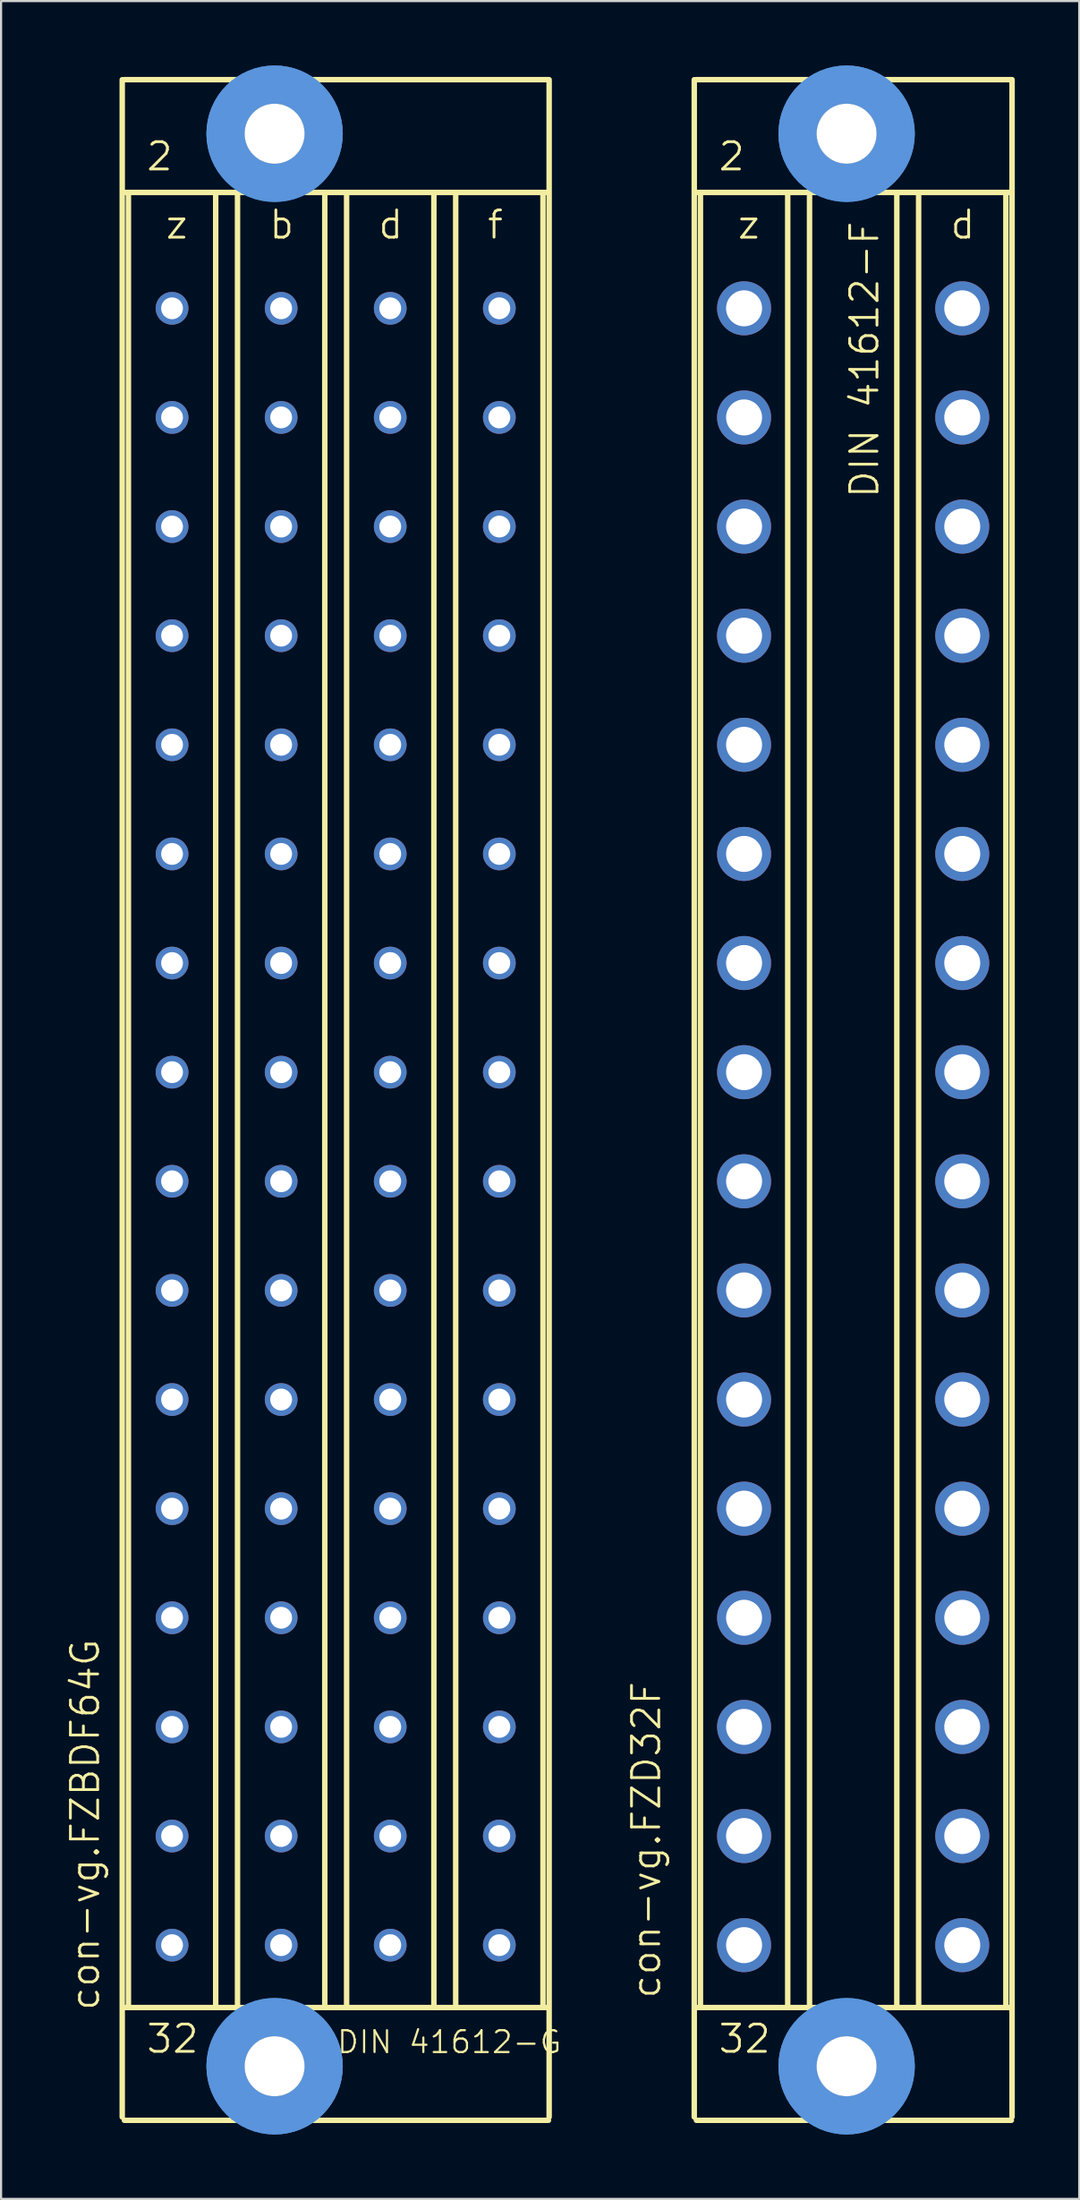
<source format=kicad_pcb>
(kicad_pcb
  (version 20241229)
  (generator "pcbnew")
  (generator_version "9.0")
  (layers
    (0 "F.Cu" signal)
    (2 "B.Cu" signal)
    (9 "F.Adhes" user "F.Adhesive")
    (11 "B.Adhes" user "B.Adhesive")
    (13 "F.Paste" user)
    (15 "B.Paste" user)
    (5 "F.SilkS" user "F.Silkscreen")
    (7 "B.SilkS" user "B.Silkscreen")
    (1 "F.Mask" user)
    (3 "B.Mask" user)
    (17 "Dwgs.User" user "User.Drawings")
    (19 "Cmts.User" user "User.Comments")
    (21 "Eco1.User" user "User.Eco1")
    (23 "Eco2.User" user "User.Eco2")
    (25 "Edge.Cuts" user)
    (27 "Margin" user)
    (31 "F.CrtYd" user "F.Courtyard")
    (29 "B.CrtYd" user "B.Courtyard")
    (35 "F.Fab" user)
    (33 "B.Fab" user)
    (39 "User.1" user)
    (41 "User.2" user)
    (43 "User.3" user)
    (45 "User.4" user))
  (footprint "con-vg.FZD32F"
    (layer "F.Cu")
    (at 36.679 48.158)
    (property "Reference" "con-vg.FZD32F" (at -8.89 41.91 90) (layer "F.SilkS") (effects (font (size 1.27 1.27) (thickness 0.13)) (justify left bottom)))
    (attr through_hole)
    (fp_line (start -7.4 47.346) (end -7.4 -47.498) (stroke (width 0.254) (type default)) (layer "F.SilkS"))
    (fp_line (start -7.3 -47.5) (end 7.366 -47.5) (stroke (width 0.254) (type default)) (layer "F.SilkS"))
    (fp_line (start -7.3 -42.25) (end 7.366 -42.25) (stroke (width 0.254) (type default)) (layer "F.SilkS"))
    (fp_line (start -7.3 42.25) (end 7.366 42.25) (stroke (width 0.254) (type default)) (layer "F.SilkS"))
    (fp_line (start -7.3 47.5) (end 7.366 47.5) (stroke (width 0.254) (type default)) (layer "F.SilkS"))
    (fp_line (start -7.112 -42.164) (end -7.112 42.164) (stroke (width 0.254) (type default)) (layer "F.SilkS"))
    (fp_line (start -3.048 -42.164) (end -3.048 42.164) (stroke (width 0.254) (type default)) (layer "F.SilkS"))
    (fp_line (start -2.032 -42.164) (end -2.032 42.164) (stroke (width 0.254) (type default)) (layer "F.SilkS"))
    (fp_line (start 2.032 -42.164) (end 2.032 42.164) (stroke (width 0.254) (type default)) (layer "F.SilkS"))
    (fp_line (start 3.048 -42.164) (end 3.048 42.164) (stroke (width 0.254) (type default)) (layer "F.SilkS"))
    (fp_line (start 7.112 -42.164) (end 7.112 42.164) (stroke (width 0.254) (type default)) (layer "F.SilkS"))
    (fp_line (start 7.4 47.346) (end 7.4 -47.498) (stroke (width 0.254) (type default)) (layer "F.SilkS"))
    (fp_circle (center -0.305 -44.983) (end 1.981 -44.983) (stroke (width 1.778) (type default)) (fill no) (layer "Cmts.User"))
    (fp_circle (center -0.305 -44.983) (end 1.981 -44.983) (stroke (width 1.778) (type default)) (fill no) (layer "Cmts.User"))
    (fp_circle (center -0.305 44.983) (end 1.981 44.983) (stroke (width 1.778) (type default)) (fill no) (layer "Cmts.User"))
    (fp_circle (center -0.305 44.983) (end 1.981 44.983) (stroke (width 1.778) (type default)) (fill no) (layer "Cmts.User"))
    (fp_text user "d" (at 4.445 -40.005 0) (layer "F.SilkS") (effects (font (size 1.27 1.27) (thickness 0.13)) (justify left bottom)))
    (fp_text user "32" (at -6.35 44.45 0) (layer "F.SilkS") (effects (font (size 1.27 1.27) (thickness 0.13)) (justify left bottom)))
    (fp_text user "DIN 41612-F" (at 1.27 -27.94 90) (layer "F.SilkS") (effects (font (size 1.27 1.27) (thickness 0.13)) (justify left bottom)))
    (fp_text user "2" (at -6.35 -43.18 0) (layer "F.SilkS") (effects (font (size 1.27 1.27) (thickness 0.13)) (justify left bottom)))
    (fp_text user "z" (at -5.461 -40.005 0) (layer "F.SilkS") (effects (font (size 1.27 1.27) (thickness 0.13)) (justify left bottom)))
    (pad "" np_thru_hole circle (at -0.305 -44.983) (size 2.794 2.794) (drill 2.794) (layers "*.Cu" "*.Mask"))
    (pad "" np_thru_hole circle (at -0.305 44.983) (size 2.794 2.794) (drill 2.794) (layers "*.Cu" "*.Mask"))
    (pad "D2" thru_hole circle (at 5.08 -36.855) (size 2.515 2.515) (drill 1.676) (layers "*.Cu" "*.Mask"))
    (pad "D4" thru_hole circle (at 5.08 -31.775) (size 2.515 2.515) (drill 1.676) (layers "*.Cu" "*.Mask"))
    (pad "D6" thru_hole circle (at 5.08 -26.695) (size 2.515 2.515) (drill 1.676) (layers "*.Cu" "*.Mask"))
    (pad "D8" thru_hole circle (at 5.08 -21.615) (size 2.515 2.515) (drill 1.676) (layers "*.Cu" "*.Mask"))
    (pad "D10" thru_hole circle (at 5.08 -16.535) (size 2.515 2.515) (drill 1.676) (layers "*.Cu" "*.Mask"))
    (pad "D12" thru_hole circle (at 5.08 -11.455) (size 2.515 2.515) (drill 1.676) (layers "*.Cu" "*.Mask"))
    (pad "D14" thru_hole circle (at 5.08 -6.375) (size 2.515 2.515) (drill 1.676) (layers "*.Cu" "*.Mask"))
    (pad "D16" thru_hole circle (at 5.08 -1.295) (size 2.515 2.515) (drill 1.676) (layers "*.Cu" "*.Mask"))
    (pad "D18" thru_hole circle (at 5.08 3.785) (size 2.515 2.515) (drill 1.676) (layers "*.Cu" "*.Mask"))
    (pad "D20" thru_hole circle (at 5.08 8.865) (size 2.515 2.515) (drill 1.676) (layers "*.Cu" "*.Mask"))
    (pad "D22" thru_hole circle (at 5.08 13.945) (size 2.515 2.515) (drill 1.676) (layers "*.Cu" "*.Mask"))
    (pad "D24" thru_hole circle (at 5.08 19.025) (size 2.515 2.515) (drill 1.676) (layers "*.Cu" "*.Mask"))
    (pad "D26" thru_hole circle (at 5.08 24.105) (size 2.515 2.515) (drill 1.676) (layers "*.Cu" "*.Mask"))
    (pad "D28" thru_hole circle (at 5.08 29.185) (size 2.515 2.515) (drill 1.676) (layers "*.Cu" "*.Mask"))
    (pad "D30" thru_hole circle (at 5.08 34.265) (size 2.515 2.515) (drill 1.676) (layers "*.Cu" "*.Mask"))
    (pad "D32" thru_hole circle (at 5.08 39.345) (size 2.515 2.515) (drill 1.676) (layers "*.Cu" "*.Mask"))
    (pad "Z2" thru_hole circle (at -5.08 -36.855) (size 2.515 2.515) (drill 1.676) (layers "*.Cu" "*.Mask"))
    (pad "Z4" thru_hole circle (at -5.08 -31.775) (size 2.515 2.515) (drill 1.676) (layers "*.Cu" "*.Mask"))
    (pad "Z6" thru_hole circle (at -5.08 -26.695) (size 2.515 2.515) (drill 1.676) (layers "*.Cu" "*.Mask"))
    (pad "Z8" thru_hole circle (at -5.08 -21.615) (size 2.515 2.515) (drill 1.676) (layers "*.Cu" "*.Mask"))
    (pad "Z10" thru_hole circle (at -5.08 -16.535) (size 2.515 2.515) (drill 1.676) (layers "*.Cu" "*.Mask"))
    (pad "Z12" thru_hole circle (at -5.08 -11.455) (size 2.515 2.515) (drill 1.676) (layers "*.Cu" "*.Mask"))
    (pad "Z14" thru_hole circle (at -5.08 -6.375) (size 2.515 2.515) (drill 1.676) (layers "*.Cu" "*.Mask"))
    (pad "Z16" thru_hole circle (at -5.08 -1.295) (size 2.515 2.515) (drill 1.676) (layers "*.Cu" "*.Mask"))
    (pad "Z18" thru_hole circle (at -5.08 3.785) (size 2.515 2.515) (drill 1.676) (layers "*.Cu" "*.Mask"))
    (pad "Z20" thru_hole circle (at -5.08 8.865) (size 2.515 2.515) (drill 1.676) (layers "*.Cu" "*.Mask"))
    (pad "Z22" thru_hole circle (at -5.08 13.945) (size 2.515 2.515) (drill 1.676) (layers "*.Cu" "*.Mask"))
    (pad "Z24" thru_hole circle (at -5.08 19.025) (size 2.515 2.515) (drill 1.676) (layers "*.Cu" "*.Mask"))
    (pad "Z26" thru_hole circle (at -5.08 24.105) (size 2.515 2.515) (drill 1.676) (layers "*.Cu" "*.Mask"))
    (pad "Z28" thru_hole circle (at -5.08 29.185) (size 2.515 2.515) (drill 1.676) (layers "*.Cu" "*.Mask"))
    (pad "Z30" thru_hole circle (at -5.08 34.265) (size 2.515 2.515) (drill 1.676) (layers "*.Cu" "*.Mask"))
    (pad "Z32" thru_hole circle (at -5.08 39.345) (size 2.515 2.515) (drill 1.676) (layers "*.Cu" "*.Mask")))
  (footprint "con-vg.FZBDF64G"
    (layer "F.Cu")
    (at 10.042 48.158)
    (property "Reference" "con-vg.FZBDF64G" (at -8.382 42.469 90) (layer "F.SilkS") (effects (font (size 1.27 1.27) (thickness 0.13)) (justify left bottom)))
    (attr through_hole)
    (fp_line (start -7.4 47.346) (end -7.4 -47.498) (stroke (width 0.254) (type default)) (layer "F.SilkS"))
    (fp_line (start -7.3 -47.5) (end 12.446 -47.5) (stroke (width 0.254) (type default)) (layer "F.SilkS"))
    (fp_line (start -7.3 -42.25) (end 12.446 -42.25) (stroke (width 0.254) (type default)) (layer "F.SilkS"))
    (fp_line (start -7.3 42.25) (end 12.446 42.25) (stroke (width 0.254) (type default)) (layer "F.SilkS"))
    (fp_line (start -7.3 47.5) (end 12.446 47.5) (stroke (width 0.254) (type default)) (layer "F.SilkS"))
    (fp_line (start -7.112 -42.164) (end -7.112 42.164) (stroke (width 0.254) (type default)) (layer "F.SilkS"))
    (fp_line (start -3.048 -42.164) (end -3.048 42.164) (stroke (width 0.254) (type default)) (layer "F.SilkS"))
    (fp_line (start -2.032 -42.164) (end -2.032 42.164) (stroke (width 0.254) (type default)) (layer "F.SilkS"))
    (fp_line (start 2.032 -42.164) (end 2.032 42.164) (stroke (width 0.254) (type default)) (layer "F.SilkS"))
    (fp_line (start 3.048 -42.164) (end 3.048 42.164) (stroke (width 0.254) (type default)) (layer "F.SilkS"))
    (fp_line (start 7.112 -42.164) (end 7.112 42.164) (stroke (width 0.254) (type default)) (layer "F.SilkS"))
    (fp_line (start 8.128 -42.164) (end 8.128 42.164) (stroke (width 0.254) (type default)) (layer "F.SilkS"))
    (fp_line (start 12.192 -42.164) (end 12.192 42.164) (stroke (width 0.254) (type default)) (layer "F.SilkS"))
    (fp_line (start 12.48 47.346) (end 12.48 -47.498) (stroke (width 0.254) (type default)) (layer "F.SilkS"))
    (fp_circle (center -0.305 -44.983) (end 1.981 -44.983) (stroke (width 1.778) (type default)) (fill no) (layer "Cmts.User"))
    (fp_circle (center -0.305 -44.983) (end 1.981 -44.983) (stroke (width 1.778) (type default)) (fill no) (layer "Cmts.User"))
    (fp_circle (center -0.305 44.983) (end 1.981 44.983) (stroke (width 1.778) (type default)) (fill no) (layer "Cmts.User"))
    (fp_circle (center -0.305 44.983) (end 1.981 44.983) (stroke (width 1.778) (type default)) (fill no) (layer "Cmts.User"))
    (fp_text user "f" (at 9.525 -40.005 0) (layer "F.SilkS") (effects (font (size 1.27 1.27) (thickness 0.13)) (justify left bottom)))
    (fp_text user "32" (at -6.35 44.45 0) (layer "F.SilkS") (effects (font (size 1.27 1.27) (thickness 0.13)) (justify left bottom)))
    (fp_text user "2" (at -6.35 -43.18 0) (layer "F.SilkS") (effects (font (size 1.27 1.27) (thickness 0.13)) (justify left bottom)))
    (fp_text user "b" (at -0.635 -40.005 0) (layer "F.SilkS") (effects (font (size 1.27 1.27) (thickness 0.13)) (justify left bottom)))
    (fp_text user "z" (at -5.461 -40.005 0) (layer "F.SilkS") (effects (font (size 1.27 1.27) (thickness 0.13)) (justify left bottom)))
    (fp_text user "DIN 41612-G" (at 2.54 44.45 0) (layer "F.SilkS") (effects (font (size 1.016 1.016) (thickness 0.1)) (justify left bottom)))
    (fp_text user "d" (at 4.445 -40.005 0) (layer "F.SilkS") (effects (font (size 1.27 1.27) (thickness 0.13)) (justify left bottom)))
    (pad "" np_thru_hole circle (at -0.305 -44.983) (size 2.794 2.794) (drill 2.794) (layers "*.Cu" "*.Mask"))
    (pad "" np_thru_hole circle (at -0.305 44.983) (size 2.794 2.794) (drill 2.794) (layers "*.Cu" "*.Mask"))
    (pad "B2" thru_hole circle (at 0 -36.855) (size 1.524 1.524) (drill 1.016) (layers "*.Cu" "*.Mask"))
    (pad "B4" thru_hole circle (at 0 -31.775) (size 1.524 1.524) (drill 1.016) (layers "*.Cu" "*.Mask"))
    (pad "B6" thru_hole circle (at 0 -26.695) (size 1.524 1.524) (drill 1.016) (layers "*.Cu" "*.Mask"))
    (pad "B8" thru_hole circle (at 0 -21.615) (size 1.524 1.524) (drill 1.016) (layers "*.Cu" "*.Mask"))
    (pad "B10" thru_hole circle (at 0 -16.535) (size 1.524 1.524) (drill 1.016) (layers "*.Cu" "*.Mask"))
    (pad "B12" thru_hole circle (at 0 -11.455) (size 1.524 1.524) (drill 1.016) (layers "*.Cu" "*.Mask"))
    (pad "B14" thru_hole circle (at 0 -6.375) (size 1.524 1.524) (drill 1.016) (layers "*.Cu" "*.Mask"))
    (pad "B16" thru_hole circle (at 0 -1.295) (size 1.524 1.524) (drill 1.016) (layers "*.Cu" "*.Mask"))
    (pad "B18" thru_hole circle (at 0 3.785) (size 1.524 1.524) (drill 1.016) (layers "*.Cu" "*.Mask"))
    (pad "B20" thru_hole circle (at 0 8.865) (size 1.524 1.524) (drill 1.016) (layers "*.Cu" "*.Mask"))
    (pad "B22" thru_hole circle (at 0 13.945) (size 1.524 1.524) (drill 1.016) (layers "*.Cu" "*.Mask"))
    (pad "B24" thru_hole circle (at 0 19.025) (size 1.524 1.524) (drill 1.016) (layers "*.Cu" "*.Mask"))
    (pad "B26" thru_hole circle (at 0 24.105) (size 1.524 1.524) (drill 1.016) (layers "*.Cu" "*.Mask"))
    (pad "B28" thru_hole circle (at 0 29.185) (size 1.524 1.524) (drill 1.016) (layers "*.Cu" "*.Mask"))
    (pad "B30" thru_hole circle (at 0 34.265) (size 1.524 1.524) (drill 1.016) (layers "*.Cu" "*.Mask"))
    (pad "B32" thru_hole circle (at 0 39.345) (size 1.524 1.524) (drill 1.016) (layers "*.Cu" "*.Mask"))
    (pad "D2" thru_hole circle (at 5.08 -36.855) (size 1.524 1.524) (drill 1.016) (layers "*.Cu" "*.Mask"))
    (pad "D4" thru_hole circle (at 5.08 -31.775) (size 1.524 1.524) (drill 1.016) (layers "*.Cu" "*.Mask"))
    (pad "D6" thru_hole circle (at 5.08 -26.695) (size 1.524 1.524) (drill 1.016) (layers "*.Cu" "*.Mask"))
    (pad "D8" thru_hole circle (at 5.08 -21.615) (size 1.524 1.524) (drill 1.016) (layers "*.Cu" "*.Mask"))
    (pad "D10" thru_hole circle (at 5.08 -16.535) (size 1.524 1.524) (drill 1.016) (layers "*.Cu" "*.Mask"))
    (pad "D12" thru_hole circle (at 5.08 -11.455) (size 1.524 1.524) (drill 1.016) (layers "*.Cu" "*.Mask"))
    (pad "D14" thru_hole circle (at 5.08 -6.375) (size 1.524 1.524) (drill 1.016) (layers "*.Cu" "*.Mask"))
    (pad "D16" thru_hole circle (at 5.08 -1.295) (size 1.524 1.524) (drill 1.016) (layers "*.Cu" "*.Mask"))
    (pad "D18" thru_hole circle (at 5.08 3.785) (size 1.524 1.524) (drill 1.016) (layers "*.Cu" "*.Mask"))
    (pad "D20" thru_hole circle (at 5.08 8.865) (size 1.524 1.524) (drill 1.016) (layers "*.Cu" "*.Mask"))
    (pad "D22" thru_hole circle (at 5.08 13.945) (size 1.524 1.524) (drill 1.016) (layers "*.Cu" "*.Mask"))
    (pad "D24" thru_hole circle (at 5.08 19.025) (size 1.524 1.524) (drill 1.016) (layers "*.Cu" "*.Mask"))
    (pad "D26" thru_hole circle (at 5.08 24.105) (size 1.524 1.524) (drill 1.016) (layers "*.Cu" "*.Mask"))
    (pad "D28" thru_hole circle (at 5.08 29.185) (size 1.524 1.524) (drill 1.016) (layers "*.Cu" "*.Mask"))
    (pad "D30" thru_hole circle (at 5.08 34.265) (size 1.524 1.524) (drill 1.016) (layers "*.Cu" "*.Mask"))
    (pad "D32" thru_hole circle (at 5.08 39.345) (size 1.524 1.524) (drill 1.016) (layers "*.Cu" "*.Mask"))
    (pad "F2" thru_hole circle (at 10.16 -36.855) (size 1.524 1.524) (drill 1.016) (layers "*.Cu" "*.Mask"))
    (pad "F4" thru_hole circle (at 10.16 -31.775) (size 1.524 1.524) (drill 1.016) (layers "*.Cu" "*.Mask"))
    (pad "F6" thru_hole circle (at 10.16 -26.695) (size 1.524 1.524) (drill 1.016) (layers "*.Cu" "*.Mask"))
    (pad "F8" thru_hole circle (at 10.16 -21.615) (size 1.524 1.524) (drill 1.016) (layers "*.Cu" "*.Mask"))
    (pad "F10" thru_hole circle (at 10.16 -16.535) (size 1.524 1.524) (drill 1.016) (layers "*.Cu" "*.Mask"))
    (pad "F12" thru_hole circle (at 10.16 -11.455) (size 1.524 1.524) (drill 1.016) (layers "*.Cu" "*.Mask"))
    (pad "F14" thru_hole circle (at 10.16 -6.375) (size 1.524 1.524) (drill 1.016) (layers "*.Cu" "*.Mask"))
    (pad "F16" thru_hole circle (at 10.16 -1.295) (size 1.524 1.524) (drill 1.016) (layers "*.Cu" "*.Mask"))
    (pad "F18" thru_hole circle (at 10.16 3.785) (size 1.524 1.524) (drill 1.016) (layers "*.Cu" "*.Mask"))
    (pad "F20" thru_hole circle (at 10.16 8.865) (size 1.524 1.524) (drill 1.016) (layers "*.Cu" "*.Mask"))
    (pad "F22" thru_hole circle (at 10.16 13.945) (size 1.524 1.524) (drill 1.016) (layers "*.Cu" "*.Mask"))
    (pad "F24" thru_hole circle (at 10.16 19.025) (size 1.524 1.524) (drill 1.016) (layers "*.Cu" "*.Mask"))
    (pad "F26" thru_hole circle (at 10.16 24.105) (size 1.524 1.524) (drill 1.016) (layers "*.Cu" "*.Mask"))
    (pad "F28" thru_hole circle (at 10.16 29.185) (size 1.524 1.524) (drill 1.016) (layers "*.Cu" "*.Mask"))
    (pad "F30" thru_hole circle (at 10.16 34.265) (size 1.524 1.524) (drill 1.016) (layers "*.Cu" "*.Mask"))
    (pad "F32" thru_hole circle (at 10.16 39.345) (size 1.524 1.524) (drill 1.016) (layers "*.Cu" "*.Mask"))
    (pad "Z2" thru_hole circle (at -5.08 -36.855) (size 1.524 1.524) (drill 1.016) (layers "*.Cu" "*.Mask"))
    (pad "Z4" thru_hole circle (at -5.08 -31.775) (size 1.524 1.524) (drill 1.016) (layers "*.Cu" "*.Mask"))
    (pad "Z6" thru_hole circle (at -5.08 -26.695) (size 1.524 1.524) (drill 1.016) (layers "*.Cu" "*.Mask"))
    (pad "Z8" thru_hole circle (at -5.08 -21.615) (size 1.524 1.524) (drill 1.016) (layers "*.Cu" "*.Mask"))
    (pad "Z10" thru_hole circle (at -5.08 -16.535) (size 1.524 1.524) (drill 1.016) (layers "*.Cu" "*.Mask"))
    (pad "Z12" thru_hole circle (at -5.08 -11.455) (size 1.524 1.524) (drill 1.016) (layers "*.Cu" "*.Mask"))
    (pad "Z14" thru_hole circle (at -5.08 -6.375) (size 1.524 1.524) (drill 1.016) (layers "*.Cu" "*.Mask"))
    (pad "Z16" thru_hole circle (at -5.08 -1.295) (size 1.524 1.524) (drill 1.016) (layers "*.Cu" "*.Mask"))
    (pad "Z18" thru_hole circle (at -5.08 3.785) (size 1.524 1.524) (drill 1.016) (layers "*.Cu" "*.Mask"))
    (pad "Z20" thru_hole circle (at -5.08 8.865) (size 1.524 1.524) (drill 1.016) (layers "*.Cu" "*.Mask"))
    (pad "Z22" thru_hole circle (at -5.08 13.945) (size 1.524 1.524) (drill 1.016) (layers "*.Cu" "*.Mask"))
    (pad "Z24" thru_hole circle (at -5.08 19.025) (size 1.524 1.524) (drill 1.016) (layers "*.Cu" "*.Mask"))
    (pad "Z26" thru_hole circle (at -5.08 24.105) (size 1.524 1.524) (drill 1.016) (layers "*.Cu" "*.Mask"))
    (pad "Z28" thru_hole circle (at -5.08 29.185) (size 1.524 1.524) (drill 1.016) (layers "*.Cu" "*.Mask"))
    (pad "Z30" thru_hole circle (at -5.08 34.265) (size 1.524 1.524) (drill 1.016) (layers "*.Cu" "*.Mask"))
    (pad "Z32" thru_hole circle (at -5.08 39.345) (size 1.524 1.524) (drill 1.016) (layers "*.Cu" "*.Mask")))
  (gr_rect
    (start -3 -3)
    (end 47.206 99.317)
    (stroke (width 0.1) (type default))
    (fill no)
    (layer "Edge.Cuts")))
</source>
